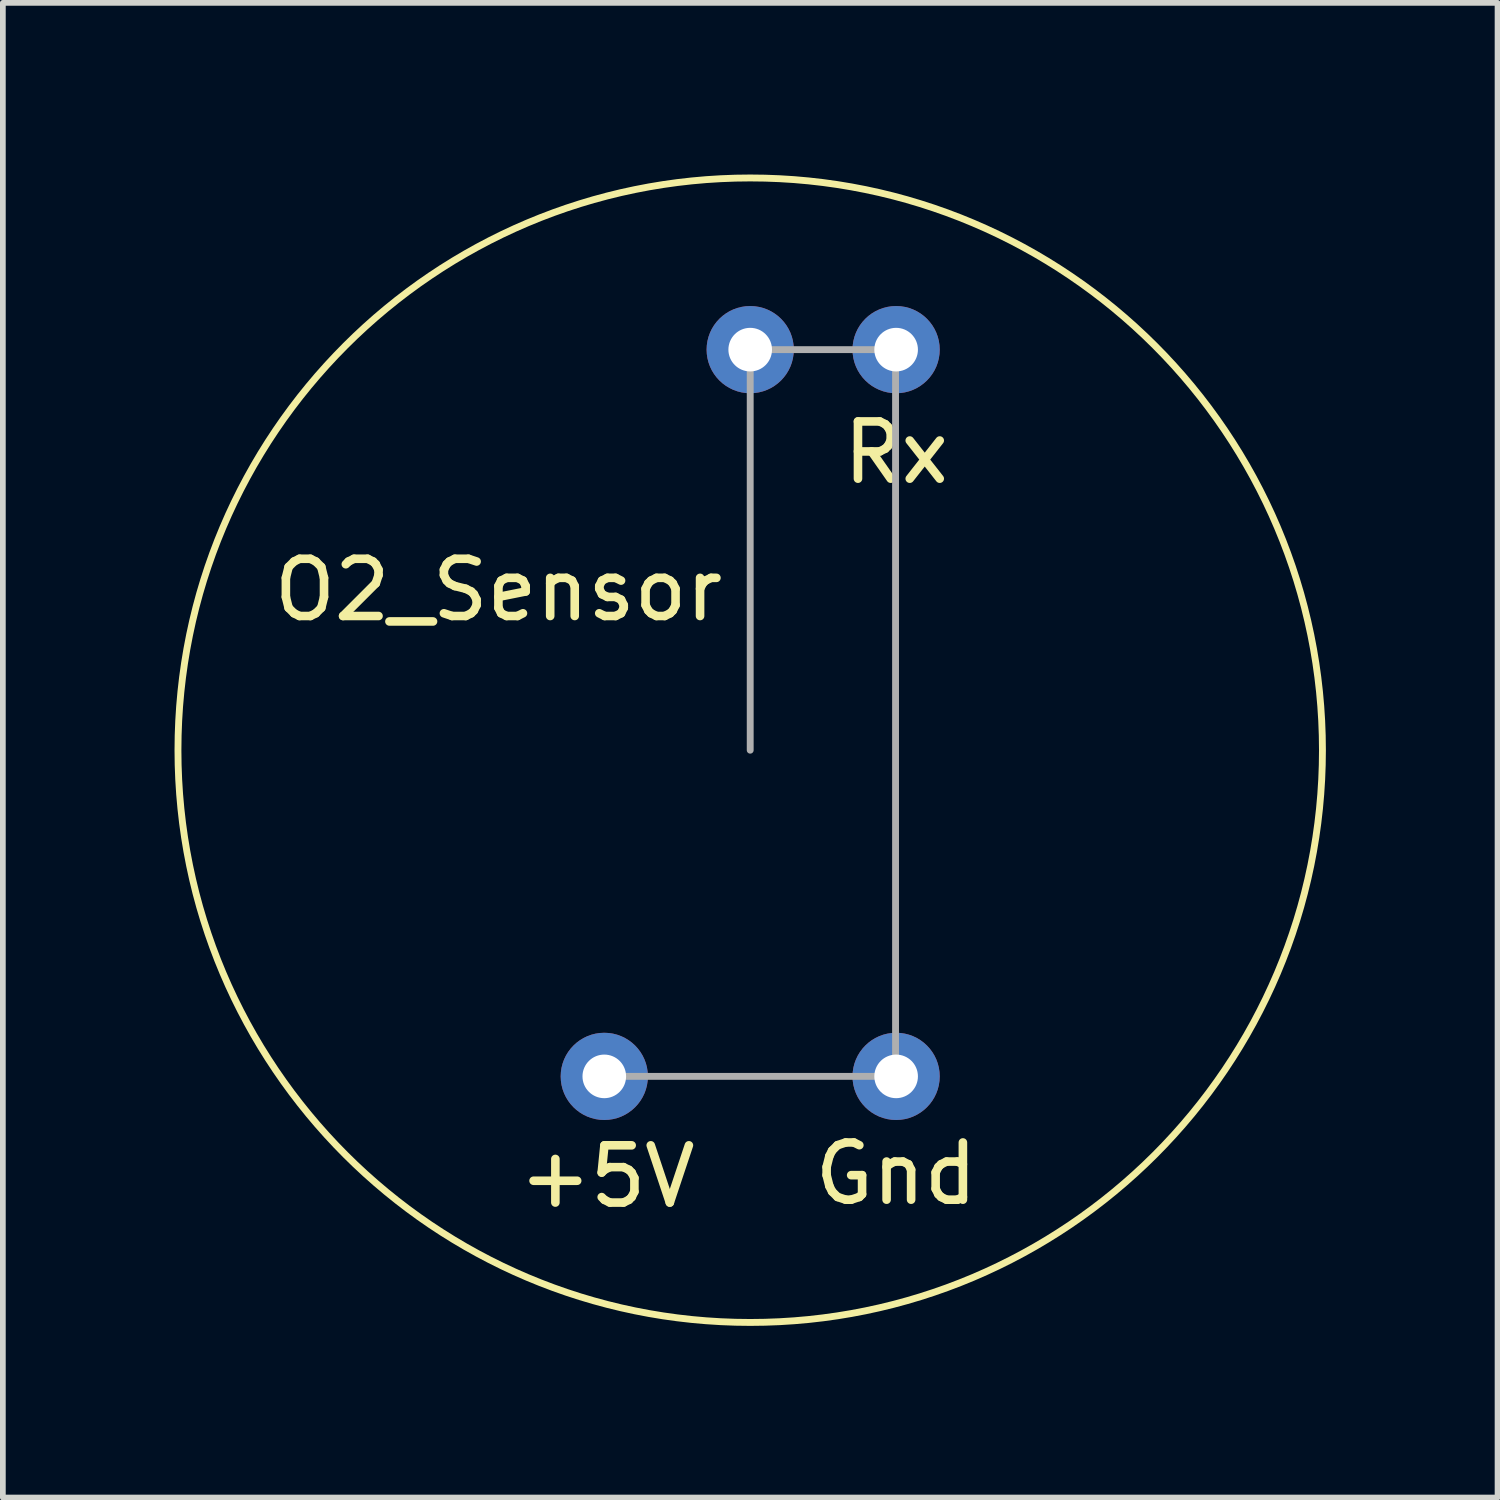
<source format=kicad_pcb>
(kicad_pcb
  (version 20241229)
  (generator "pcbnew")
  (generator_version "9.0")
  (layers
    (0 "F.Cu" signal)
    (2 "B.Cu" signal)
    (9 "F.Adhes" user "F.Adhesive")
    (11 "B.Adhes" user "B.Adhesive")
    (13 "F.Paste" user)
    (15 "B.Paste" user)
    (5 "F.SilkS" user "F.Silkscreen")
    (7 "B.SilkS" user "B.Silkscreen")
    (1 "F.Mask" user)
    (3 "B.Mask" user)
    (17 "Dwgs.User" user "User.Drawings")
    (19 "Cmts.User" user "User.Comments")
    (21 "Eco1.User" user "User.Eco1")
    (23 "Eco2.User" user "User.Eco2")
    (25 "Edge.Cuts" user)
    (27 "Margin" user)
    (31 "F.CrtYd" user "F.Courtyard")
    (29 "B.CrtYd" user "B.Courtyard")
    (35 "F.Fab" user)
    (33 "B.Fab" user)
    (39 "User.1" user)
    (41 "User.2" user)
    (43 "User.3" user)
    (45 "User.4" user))
  (footprint "O2_Sensor"
    (layer "F.Cu")
    (at 10.06 10.06)
    (property "Reference" "O2_Sensor" (at -4.4 -2.8 0) (layer "F.SilkS") (effects (font (size 1 1) (thickness 0.15))))
    (attr through_hole)
    (fp_circle (center 0 0) (end 10 0) (stroke (width 0.12) (type solid)) (fill no) (layer "F.SilkS"))
    (fp_line (start 0 -7) (end 0 0) (stroke (width 0.12) (type solid)) (layer "F.Fab"))
    (fp_line (start 0 -7) (end 2.54 -7) (stroke (width 0.12) (type solid)) (layer "F.Fab"))
    (fp_line (start 2.54 -7) (end 2.54 5.7) (stroke (width 0.12) (type solid)) (layer "F.Fab"))
    (fp_line (start 2.54 5.7) (end -2.54 5.7) (stroke (width 0.12) (type solid)) (layer "F.Fab"))
    (fp_text user "Rx" (at 2.55 -5.2 0) (layer "F.SilkS") (effects (font (size 1 1) (thickness 0.15))))
    (fp_text user "+5V" (at -2.5 7.45 0) (layer "F.SilkS") (effects (font (size 1 1) (thickness 0.15))))
    (fp_text user "Gnd" (at 2.55 7.4 0) (layer "F.SilkS") (effects (font (size 1 1) (thickness 0.15))))
    (fp_text user "Tx" (at 0 -5.2 0) (layer "B.Paste") (effects (font (size 1 1) (thickness 0.15))))
    (pad "1" thru_hole circle (at -2.55 5.7) (size 1.524 1.524) (drill 0.762) (layers "*.Cu" "*.Mask"))
    (pad "2" thru_hole circle (at 2.55 5.7) (size 1.524 1.524) (drill 0.762) (layers "*.Cu" "*.Mask"))
    (pad "3" thru_hole circle (at 0 -7) (size 1.524 1.524) (drill 0.762) (layers "*.Cu" "*.Mask"))
    (pad "4" thru_hole circle (at 2.55 -7) (size 1.524 1.524) (drill 0.762) (layers "*.Cu" "*.Mask")))
  (gr_rect
    (start -3 -3)
    (end 23.12 23.12)
    (stroke (width 0.1) (type default))
    (fill no)
    (layer "Edge.Cuts")))
</source>
